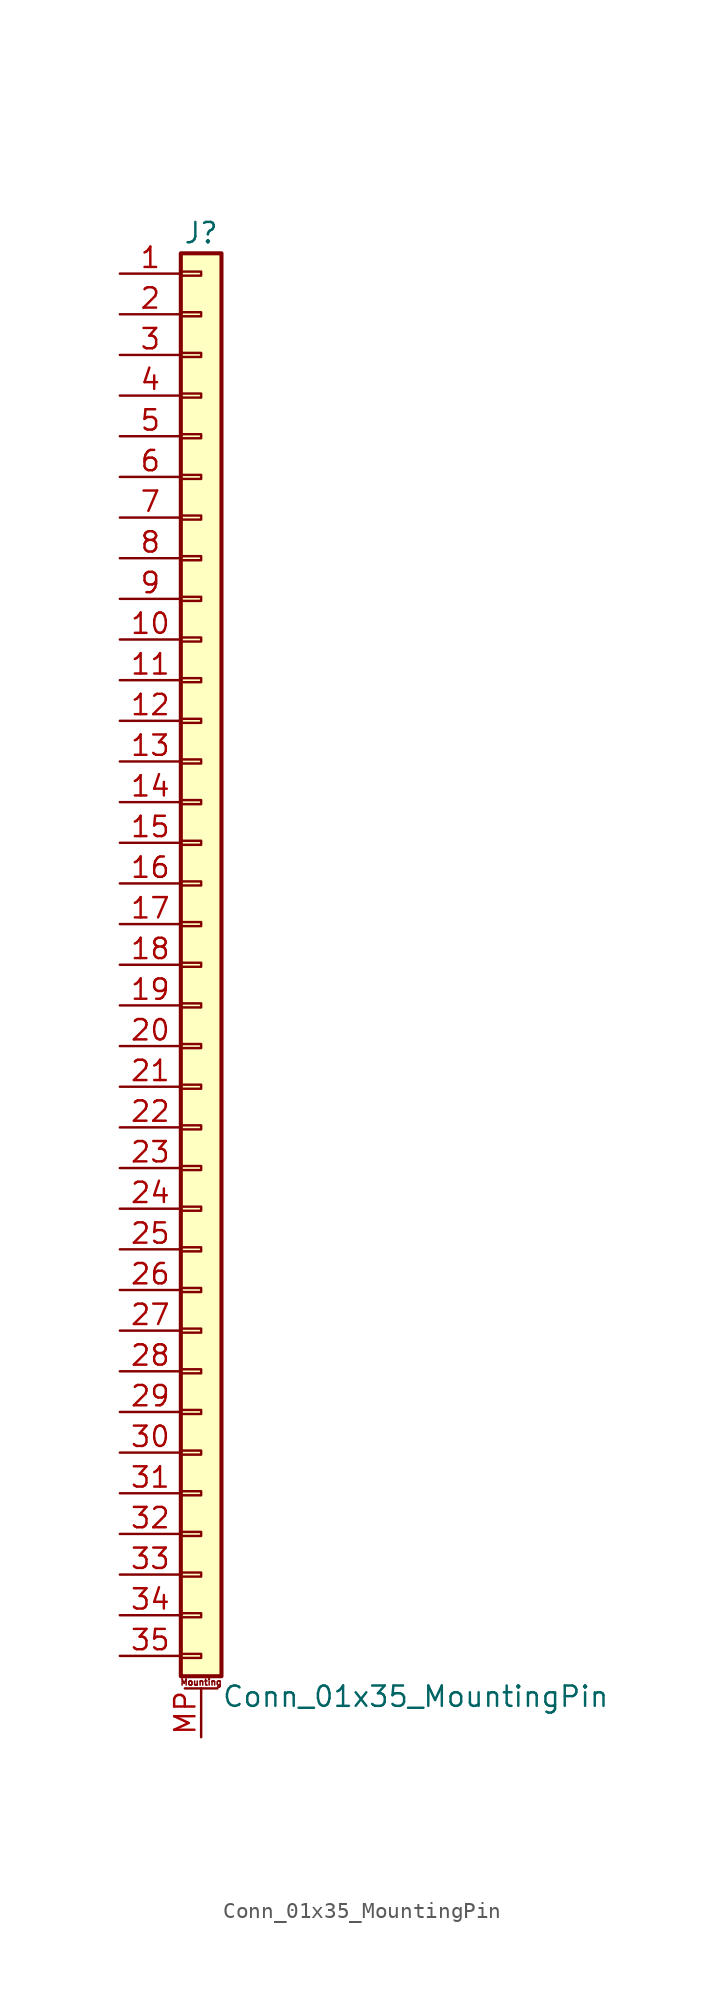
<source format=kicad_sym>
(kicad_symbol_lib
  (version 20211014)
  (generator kicad_symbol_editor)
  (symbol "Conn_01x35_MountingPin"
    (pin_names
      (offset 1.016) hide)
    (property "Reference" "J"
      (at 0 45.72 0)
      (effects (font (size 1.27 1.27))))
    (property "Value" "Conn_01x35_MountingPin"
      (at 1.27 -45.72 0)
      (effects (font (size 1.27 1.27)) (justify left)))
    (symbol "Conn_01x35_MountingPin_1_1"
      (rectangle (start -1.27 -43.053) (end 0 -43.307) (stroke (width 0.152) (type default) (color 0 0 0 0)) (fill (type none)))
      (rectangle (start -1.27 -40.513) (end 0 -40.767) (stroke (width 0.152) (type default) (color 0 0 0 0)) (fill (type none)))
      (rectangle (start -1.27 -37.973) (end 0 -38.227) (stroke (width 0.152) (type default) (color 0 0 0 0)) (fill (type none)))
      (rectangle (start -1.27 -35.433) (end 0 -35.687) (stroke (width 0.152) (type default) (color 0 0 0 0)) (fill (type none)))
      (rectangle (start -1.27 -32.893) (end 0 -33.147) (stroke (width 0.152) (type default) (color 0 0 0 0)) (fill (type none)))
      (rectangle (start -1.27 -30.353) (end 0 -30.607) (stroke (width 0.152) (type default) (color 0 0 0 0)) (fill (type none)))
      (rectangle (start -1.27 -27.813) (end 0 -28.067) (stroke (width 0.152) (type default) (color 0 0 0 0)) (fill (type none)))
      (rectangle (start -1.27 -25.273) (end 0 -25.527) (stroke (width 0.152) (type default) (color 0 0 0 0)) (fill (type none)))
      (rectangle (start -1.27 -22.733) (end 0 -22.987) (stroke (width 0.152) (type default) (color 0 0 0 0)) (fill (type none)))
      (rectangle (start -1.27 -20.193) (end 0 -20.447) (stroke (width 0.152) (type default) (color 0 0 0 0)) (fill (type none)))
      (rectangle (start -1.27 -17.653) (end 0 -17.907) (stroke (width 0.152) (type default) (color 0 0 0 0)) (fill (type none)))
      (rectangle (start -1.27 -15.113) (end 0 -15.367) (stroke (width 0.152) (type default) (color 0 0 0 0)) (fill (type none)))
      (rectangle (start -1.27 -12.573) (end 0 -12.827) (stroke (width 0.152) (type default) (color 0 0 0 0)) (fill (type none)))
      (rectangle (start -1.27 -10.033) (end 0 -10.287) (stroke (width 0.152) (type default) (color 0 0 0 0)) (fill (type none)))
      (rectangle (start -1.27 -7.493) (end 0 -7.747) (stroke (width 0.152) (type default) (color 0 0 0 0)) (fill (type none)))
      (rectangle (start -1.27 -4.953) (end 0 -5.207) (stroke (width 0.152) (type default) (color 0 0 0 0)) (fill (type none)))
      (rectangle (start -1.27 -2.413) (end 0 -2.667) (stroke (width 0.152) (type default) (color 0 0 0 0)) (fill (type none)))
      (rectangle (start -1.27 0.127) (end 0 -0.127) (stroke (width 0.152) (type default) (color 0 0 0 0)) (fill (type none)))
      (rectangle (start -1.27 2.667) (end 0 2.413) (stroke (width 0.152) (type default) (color 0 0 0 0)) (fill (type none)))
      (rectangle (start -1.27 5.207) (end 0 4.953) (stroke (width 0.152) (type default) (color 0 0 0 0)) (fill (type none)))
      (rectangle (start -1.27 7.747) (end 0 7.493) (stroke (width 0.152) (type default) (color 0 0 0 0)) (fill (type none)))
      (rectangle (start -1.27 10.287) (end 0 10.033) (stroke (width 0.152) (type default) (color 0 0 0 0)) (fill (type none)))
      (rectangle (start -1.27 12.827) (end 0 12.573) (stroke (width 0.152) (type default) (color 0 0 0 0)) (fill (type none)))
      (rectangle (start -1.27 15.367) (end 0 15.113) (stroke (width 0.152) (type default) (color 0 0 0 0)) (fill (type none)))
      (rectangle (start -1.27 17.907) (end 0 17.653) (stroke (width 0.152) (type default) (color 0 0 0 0)) (fill (type none)))
      (rectangle (start -1.27 20.447) (end 0 20.193) (stroke (width 0.152) (type default) (color 0 0 0 0)) (fill (type none)))
      (rectangle (start -1.27 22.987) (end 0 22.733) (stroke (width 0.152) (type default) (color 0 0 0 0)) (fill (type none)))
      (rectangle (start -1.27 25.527) (end 0 25.273) (stroke (width 0.152) (type default) (color 0 0 0 0)) (fill (type none)))
      (rectangle (start -1.27 28.067) (end 0 27.813) (stroke (width 0.152) (type default) (color 0 0 0 0)) (fill (type none)))
      (rectangle (start -1.27 30.607) (end 0 30.353) (stroke (width 0.152) (type default) (color 0 0 0 0)) (fill (type none)))
      (rectangle (start -1.27 33.147) (end 0 32.893) (stroke (width 0.152) (type default) (color 0 0 0 0)) (fill (type none)))
      (rectangle (start -1.27 35.687) (end 0 35.433) (stroke (width 0.152) (type default) (color 0 0 0 0)) (fill (type none)))
      (rectangle (start -1.27 38.227) (end 0 37.973) (stroke (width 0.152) (type default) (color 0 0 0 0)) (fill (type none)))
      (rectangle (start -1.27 40.767) (end 0 40.513) (stroke (width 0.152) (type default) (color 0 0 0 0)) (fill (type none)))
      (rectangle (start -1.27 43.307) (end 0 43.053) (stroke (width 0.152) (type default) (color 0 0 0 0)) (fill (type none)))
      (rectangle (start -1.27 44.45) (end 1.27 -44.45) (stroke (width 0.254) (type default) (color 0 0 0 0)) (fill (type background)))
      (polyline (pts (xy -1.016 -45.212) (xy 1.016 -45.212)) (stroke (width 0.152) (type default) (color 0 0 0 0)) (fill (type none)))
      (text "Mounting" (at 0 -44.831 0) (effects (font (size 0.381 0.381))))
      (pin passive line (at -5.08 43.18 0) (length 3.81) (name "Pin_1" (effects (font (size 1.27 1.27)))) (number "1" (effects (font (size 1.27 1.27)))))
      (pin passive line (at -5.08 20.32 0) (length 3.81) (name "Pin_10" (effects (font (size 1.27 1.27)))) (number "10" (effects (font (size 1.27 1.27)))))
      (pin passive line (at -5.08 17.78 0) (length 3.81) (name "Pin_11" (effects (font (size 1.27 1.27)))) (number "11" (effects (font (size 1.27 1.27)))))
      (pin passive line (at -5.08 15.24 0) (length 3.81) (name "Pin_12" (effects (font (size 1.27 1.27)))) (number "12" (effects (font (size 1.27 1.27)))))
      (pin passive line (at -5.08 12.7 0) (length 3.81) (name "Pin_13" (effects (font (size 1.27 1.27)))) (number "13" (effects (font (size 1.27 1.27)))))
      (pin passive line (at -5.08 10.16 0) (length 3.81) (name "Pin_14" (effects (font (size 1.27 1.27)))) (number "14" (effects (font (size 1.27 1.27)))))
      (pin passive line (at -5.08 7.62 0) (length 3.81) (name "Pin_15" (effects (font (size 1.27 1.27)))) (number "15" (effects (font (size 1.27 1.27)))))
      (pin passive line (at -5.08 5.08 0) (length 3.81) (name "Pin_16" (effects (font (size 1.27 1.27)))) (number "16" (effects (font (size 1.27 1.27)))))
      (pin passive line (at -5.08 2.54 0) (length 3.81) (name "Pin_17" (effects (font (size 1.27 1.27)))) (number "17" (effects (font (size 1.27 1.27)))))
      (pin passive line (at -5.08 0 0) (length 3.81) (name "Pin_18" (effects (font (size 1.27 1.27)))) (number "18" (effects (font (size 1.27 1.27)))))
      (pin passive line (at -5.08 -2.54 0) (length 3.81) (name "Pin_19" (effects (font (size 1.27 1.27)))) (number "19" (effects (font (size 1.27 1.27)))))
      (pin passive line (at -5.08 40.64 0) (length 3.81) (name "Pin_2" (effects (font (size 1.27 1.27)))) (number "2" (effects (font (size 1.27 1.27)))))
      (pin passive line (at -5.08 -5.08 0) (length 3.81) (name "Pin_20" (effects (font (size 1.27 1.27)))) (number "20" (effects (font (size 1.27 1.27)))))
      (pin passive line (at -5.08 -7.62 0) (length 3.81) (name "Pin_21" (effects (font (size 1.27 1.27)))) (number "21" (effects (font (size 1.27 1.27)))))
      (pin passive line (at -5.08 -10.16 0) (length 3.81) (name "Pin_22" (effects (font (size 1.27 1.27)))) (number "22" (effects (font (size 1.27 1.27)))))
      (pin passive line (at -5.08 -12.7 0) (length 3.81) (name "Pin_23" (effects (font (size 1.27 1.27)))) (number "23" (effects (font (size 1.27 1.27)))))
      (pin passive line (at -5.08 -15.24 0) (length 3.81) (name "Pin_24" (effects (font (size 1.27 1.27)))) (number "24" (effects (font (size 1.27 1.27)))))
      (pin passive line (at -5.08 -17.78 0) (length 3.81) (name "Pin_25" (effects (font (size 1.27 1.27)))) (number "25" (effects (font (size 1.27 1.27)))))
      (pin passive line (at -5.08 -20.32 0) (length 3.81) (name "Pin_26" (effects (font (size 1.27 1.27)))) (number "26" (effects (font (size 1.27 1.27)))))
      (pin passive line (at -5.08 -22.86 0) (length 3.81) (name "Pin_27" (effects (font (size 1.27 1.27)))) (number "27" (effects (font (size 1.27 1.27)))))
      (pin passive line (at -5.08 -25.4 0) (length 3.81) (name "Pin_28" (effects (font (size 1.27 1.27)))) (number "28" (effects (font (size 1.27 1.27)))))
      (pin passive line (at -5.08 -27.94 0) (length 3.81) (name "Pin_29" (effects (font (size 1.27 1.27)))) (number "29" (effects (font (size 1.27 1.27)))))
      (pin passive line (at -5.08 38.1 0) (length 3.81) (name "Pin_3" (effects (font (size 1.27 1.27)))) (number "3" (effects (font (size 1.27 1.27)))))
      (pin passive line (at -5.08 -30.48 0) (length 3.81) (name "Pin_30" (effects (font (size 1.27 1.27)))) (number "30" (effects (font (size 1.27 1.27)))))
      (pin passive line (at -5.08 -33.02 0) (length 3.81) (name "Pin_31" (effects (font (size 1.27 1.27)))) (number "31" (effects (font (size 1.27 1.27)))))
      (pin passive line (at -5.08 -35.56 0) (length 3.81) (name "Pin_32" (effects (font (size 1.27 1.27)))) (number "32" (effects (font (size 1.27 1.27)))))
      (pin passive line (at -5.08 -38.1 0) (length 3.81) (name "Pin_33" (effects (font (size 1.27 1.27)))) (number "33" (effects (font (size 1.27 1.27)))))
      (pin passive line (at -5.08 -40.64 0) (length 3.81) (name "Pin_34" (effects (font (size 1.27 1.27)))) (number "34" (effects (font (size 1.27 1.27)))))
      (pin passive line (at -5.08 -43.18 0) (length 3.81) (name "Pin_35" (effects (font (size 1.27 1.27)))) (number "35" (effects (font (size 1.27 1.27)))))
      (pin passive line (at -5.08 35.56 0) (length 3.81) (name "Pin_4" (effects (font (size 1.27 1.27)))) (number "4" (effects (font (size 1.27 1.27)))))
      (pin passive line (at -5.08 33.02 0) (length 3.81) (name "Pin_5" (effects (font (size 1.27 1.27)))) (number "5" (effects (font (size 1.27 1.27)))))
      (pin passive line (at -5.08 30.48 0) (length 3.81) (name "Pin_6" (effects (font (size 1.27 1.27)))) (number "6" (effects (font (size 1.27 1.27)))))
      (pin passive line (at -5.08 27.94 0) (length 3.81) (name "Pin_7" (effects (font (size 1.27 1.27)))) (number "7" (effects (font (size 1.27 1.27)))))
      (pin passive line (at -5.08 25.4 0) (length 3.81) (name "Pin_8" (effects (font (size 1.27 1.27)))) (number "8" (effects (font (size 1.27 1.27)))))
      (pin passive line (at -5.08 22.86 0) (length 3.81) (name "Pin_9" (effects (font (size 1.27 1.27)))) (number "9" (effects (font (size 1.27 1.27)))))
      (pin passive line (at 0 -48.26 90) (length 3.048) (name "MountPin" (effects (font (size 1.27 1.27)))) (number "MP" (effects (font (size 1.27 1.27))))))))
</source>
